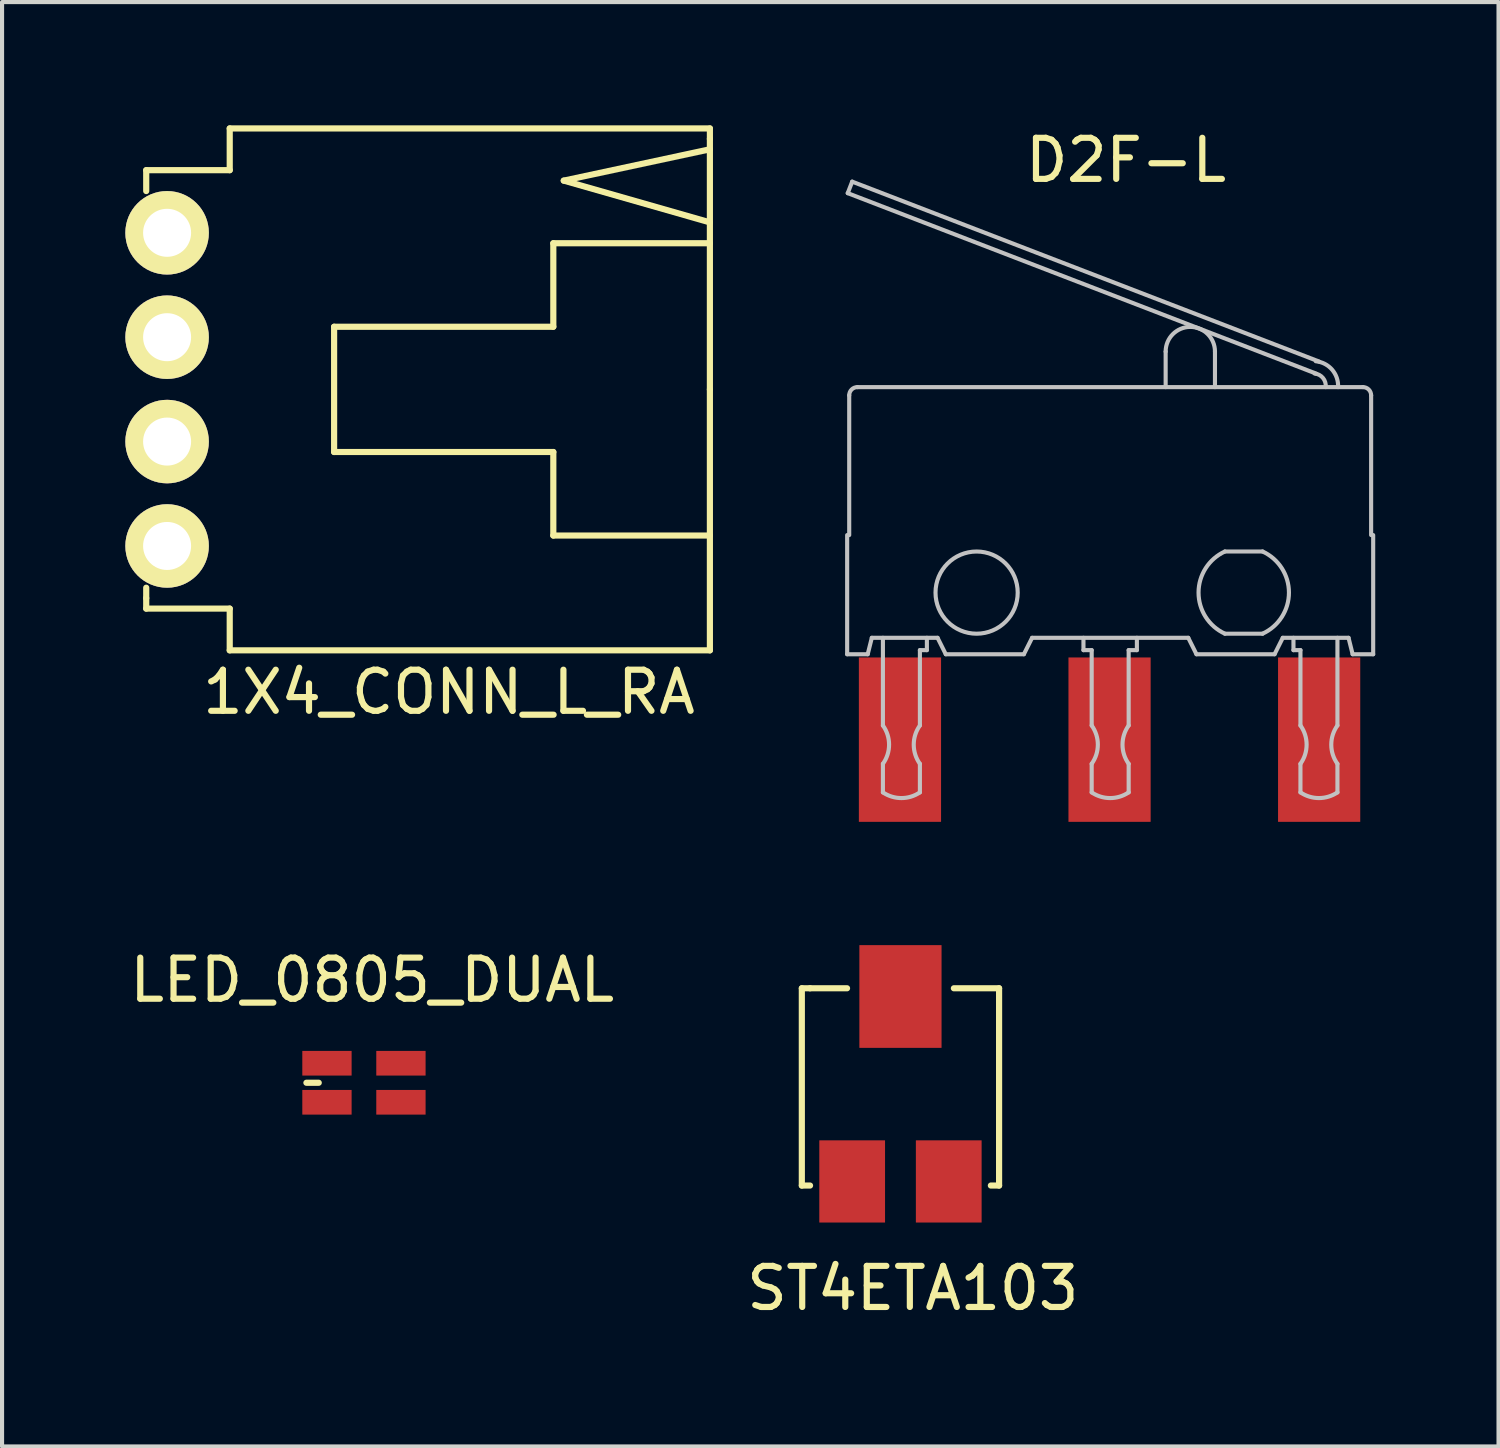
<source format=kicad_pcb>
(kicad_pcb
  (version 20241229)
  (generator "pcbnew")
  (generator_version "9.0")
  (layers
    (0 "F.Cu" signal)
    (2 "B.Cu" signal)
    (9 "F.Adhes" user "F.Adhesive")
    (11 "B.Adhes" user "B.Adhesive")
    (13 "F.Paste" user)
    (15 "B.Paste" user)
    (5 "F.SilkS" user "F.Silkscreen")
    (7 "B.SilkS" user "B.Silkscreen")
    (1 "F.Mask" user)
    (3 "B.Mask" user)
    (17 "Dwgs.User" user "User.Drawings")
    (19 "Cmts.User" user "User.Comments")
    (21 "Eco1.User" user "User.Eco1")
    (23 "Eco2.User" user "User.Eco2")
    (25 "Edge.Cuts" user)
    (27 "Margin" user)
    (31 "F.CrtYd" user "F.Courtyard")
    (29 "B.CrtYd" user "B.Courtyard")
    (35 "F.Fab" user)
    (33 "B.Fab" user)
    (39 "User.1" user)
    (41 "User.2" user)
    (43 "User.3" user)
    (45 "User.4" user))
  (footprint "D2F-L"
    (layer "F.Cu")
    (at 17.549 6.348)
    (property "Reference" "D2F-L" (at 6.8 -5.5 0) (layer "F.SilkS") (effects (font (size 1 1) (thickness 0.15))))
    (attr through_hole)
    (fp_line (start 0.015 3.622) (end 0.015 6.522) (stroke (width 0.1) (type solid)) (layer "Dwgs.User"))
    (fp_line (start 0.065 0.222) (end 0.065 3.622) (stroke (width 0.1) (type solid)) (layer "Dwgs.User"))
    (fp_line (start 0.137 -4.978) (end 0.029 -4.698) (stroke (width 0.1) (type solid)) (layer "Dwgs.User"))
    (fp_line (start 0.515 6.522) (end 0.015 6.522) (stroke (width 0.1) (type solid)) (layer "Dwgs.User"))
    (fp_line (start 0.615 6.122) (end 0.515 6.522) (stroke (width 0.1) (type solid)) (layer "Dwgs.User"))
    (fp_line (start 0.885 6.122) (end 0.885 8.255) (stroke (width 0.1) (type solid)) (layer "Dwgs.User"))
    (fp_line (start 0.885 9.188) (end 0.885 9.883) (stroke (width 0.1) (type solid)) (layer "Dwgs.User"))
    (fp_line (start 1.785 6.422) (end 1.785 8.255) (stroke (width 0.1) (type solid)) (layer "Dwgs.User"))
    (fp_line (start 1.785 9.188) (end 1.785 9.883) (stroke (width 0.1) (type solid)) (layer "Dwgs.User"))
    (fp_line (start 1.955 6.122) (end 1.955 6.422) (stroke (width 0.1) (type solid)) (layer "Dwgs.User"))
    (fp_line (start 1.955 6.422) (end 1.785 6.422) (stroke (width 0.1) (type solid)) (layer "Dwgs.User"))
    (fp_line (start 2.215 6.122) (end 0.615 6.122) (stroke (width 0.1) (type solid)) (layer "Dwgs.User"))
    (fp_line (start 2.215 6.122) (end 2.415 6.522) (stroke (width 0.1) (type solid)) (layer "Dwgs.User"))
    (fp_line (start 4.315 6.522) (end 2.415 6.522) (stroke (width 0.1) (type solid)) (layer "Dwgs.User"))
    (fp_line (start 4.315 6.522) (end 4.515 6.122) (stroke (width 0.1) (type solid)) (layer "Dwgs.User"))
    (fp_line (start 5.765 6.122) (end 5.765 6.422) (stroke (width 0.1) (type solid)) (layer "Dwgs.User"))
    (fp_line (start 5.965 6.422) (end 5.765 6.422) (stroke (width 0.1) (type solid)) (layer "Dwgs.User"))
    (fp_line (start 5.965 6.422) (end 5.965 8.255) (stroke (width 0.1) (type solid)) (layer "Dwgs.User"))
    (fp_line (start 5.965 9.188) (end 5.965 9.883) (stroke (width 0.1) (type solid)) (layer "Dwgs.User"))
    (fp_line (start 6.865 6.422) (end 6.865 8.255) (stroke (width 0.1) (type solid)) (layer "Dwgs.User"))
    (fp_line (start 6.865 9.188) (end 6.865 9.883) (stroke (width 0.1) (type solid)) (layer "Dwgs.User"))
    (fp_line (start 7.065 6.122) (end 7.065 6.422) (stroke (width 0.1) (type solid)) (layer "Dwgs.User"))
    (fp_line (start 7.065 6.422) (end 6.865 6.422) (stroke (width 0.1) (type solid)) (layer "Dwgs.User"))
    (fp_line (start 7.765 -0.843) (end 7.765 0.022) (stroke (width 0.1) (type solid)) (layer "Dwgs.User"))
    (fp_line (start 8.315 6.122) (end 4.515 6.122) (stroke (width 0.1) (type solid)) (layer "Dwgs.User"))
    (fp_line (start 8.515 6.522) (end 8.315 6.122) (stroke (width 0.1) (type solid)) (layer "Dwgs.User"))
    (fp_line (start 8.965 -0.843) (end 8.965 0.022) (stroke (width 0.1) (type solid)) (layer "Dwgs.User"))
    (fp_line (start 10.123 4.022) (end 9.207 4.022) (stroke (width 0.1) (type solid)) (layer "Dwgs.User"))
    (fp_line (start 10.123 6.022) (end 9.207 6.022) (stroke (width 0.1) (type solid)) (layer "Dwgs.User"))
    (fp_line (start 10.415 6.522) (end 10.615 6.122) (stroke (width 0.1) (type solid)) (layer "Dwgs.User"))
    (fp_line (start 10.415 6.522) (end 8.515 6.522) (stroke (width 0.1) (type solid)) (layer "Dwgs.User"))
    (fp_line (start 10.875 6.122) (end 10.875 6.422) (stroke (width 0.1) (type solid)) (layer "Dwgs.User"))
    (fp_line (start 11.045 6.422) (end 10.875 6.422) (stroke (width 0.1) (type solid)) (layer "Dwgs.User"))
    (fp_line (start 11.045 6.422) (end 11.045 8.255) (stroke (width 0.1) (type solid)) (layer "Dwgs.User"))
    (fp_line (start 11.045 9.188) (end 11.045 9.883) (stroke (width 0.1) (type solid)) (layer "Dwgs.User"))
    (fp_line (start 11.431 -0.305) (end 0.029 -4.698) (stroke (width 0.1) (type solid)) (layer "Dwgs.User"))
    (fp_line (start 11.5 -0.6) (end 0.137 -4.978) (stroke (width 0.1) (type solid)) (layer "Dwgs.User"))
    (fp_line (start 11.945 6.122) (end 11.945 8.255) (stroke (width 0.1) (type solid)) (layer "Dwgs.User"))
    (fp_line (start 11.945 9.188) (end 11.945 9.883) (stroke (width 0.1) (type solid)) (layer "Dwgs.User"))
    (fp_line (start 12.215 6.122) (end 12.315 6.522) (stroke (width 0.1) (type solid)) (layer "Dwgs.User"))
    (fp_line (start 12.215 6.122) (end 10.615 6.122) (stroke (width 0.1) (type solid)) (layer "Dwgs.User"))
    (fp_line (start 12.565 0.022) (end 0.265 0.022) (stroke (width 0.1) (type solid)) (layer "Dwgs.User"))
    (fp_line (start 12.765 0.222) (end 12.765 3.622) (stroke (width 0.1) (type solid)) (layer "Dwgs.User"))
    (fp_line (start 12.815 3.622) (end 12.815 6.522) (stroke (width 0.1) (type solid)) (layer "Dwgs.User"))
    (fp_line (start 12.815 6.522) (end 12.315 6.522) (stroke (width 0.1) (type solid)) (layer "Dwgs.User"))
    (fp_arc (start 0.065125 0.22165) (mid 0.123704 0.080229) (end 0.265125 0.02165) (stroke (width 0.1) (type solid)) (layer "Dwgs.User"))
    (fp_arc (start 0.885124 8.255278) (mid 1.035123 8.721646) (end 0.885124 9.188015) (stroke (width 0.1) (type solid)) (layer "Dwgs.User"))
    (fp_arc (start 1.785125 9.188015) (mid 1.635125 8.721646) (end 1.785125 8.255277) (stroke (width 0.1) (type solid)) (layer "Dwgs.User"))
    (fp_arc (start 1.785125 9.883085) (mid 1.335125 10.021648) (end 0.885124 9.883086) (stroke (width 0.1) (type solid)) (layer "Dwgs.User"))
    (fp_arc (start 5.965123 8.255278) (mid 6.115122 8.721646) (end 5.965123 9.188015) (stroke (width 0.1) (type solid)) (layer "Dwgs.User"))
    (fp_arc (start 6.865124 9.188015) (mid 6.715124 8.721646) (end 6.865124 8.255277) (stroke (width 0.1) (type solid)) (layer "Dwgs.User"))
    (fp_arc (start 6.865124 9.883086) (mid 6.415123 10.021648) (end 5.965123 9.883085) (stroke (width 0.1) (type solid)) (layer "Dwgs.User"))
    (fp_arc (start 7.765124 -0.843429) (mid 8.365123 -1.44343) (end 8.965124 -0.843431) (stroke (width 0.1) (type solid)) (layer "Dwgs.User"))
    (fp_arc (start 9.206868 6.021648) (mid 8.565126 5.021649) (end 9.206867 4.02165) (stroke (width 0.1) (type solid)) (layer "Dwgs.User"))
    (fp_arc (start 10.123379 4.02165) (mid 10.765122 5.021649) (end 10.12338 6.021648) (stroke (width 0.1) (type solid)) (layer "Dwgs.User"))
    (fp_arc (start 11.045123 8.255278) (mid 11.195122 8.721646) (end 11.045123 9.188015) (stroke (width 0.1) (type solid)) (layer "Dwgs.User"))
    (fp_arc (start 11.389589 -0.309144) (mid 11.593648 -0.200139) (end 11.65947 0.021649) (stroke (width 0.1) (type solid)) (layer "Dwgs.User"))
    (fp_arc (start 11.417982 -0.607798) (mid 11.815741 -0.402142) (end 11.960336 0.021649) (stroke (width 0.1) (type solid)) (layer "Dwgs.User"))
    (fp_arc (start 11.945124 9.188015) (mid 11.795124 8.721646) (end 11.945124 8.255277) (stroke (width 0.1) (type solid)) (layer "Dwgs.User"))
    (fp_arc (start 11.945124 9.883086) (mid 11.495123 10.021648) (end 11.045123 9.883085) (stroke (width 0.1) (type solid)) (layer "Dwgs.User"))
    (fp_arc (start 12.565122 0.02165) (mid 12.706543 0.080229) (end 12.765122 0.22165) (stroke (width 0.1) (type solid)) (layer "Dwgs.User"))
    (fp_circle (center 3.165 5.022) (end 4.165 5.022) (stroke (width 0.1) (type solid)) (fill no) (layer "Dwgs.User"))
    (pad "1" connect rect (at 1.3 8.6) (size 2 4) (layers "F.Cu" "F.Mask"))
    (pad "2" connect rect (at 6.4 8.6) (size 2 4) (layers "F.Cu" "F.Mask"))
    (pad "3" connect rect (at 11.5 8.6) (size 2 4) (layers "F.Cu" "F.Mask")))
  (footprint "LED_0805_DUAL"
    (layer "F.Cu")
    (at 5.806 23.297)
    (property "Reference" "LED_0805_DUAL" (at 0.2 -2.5 0) (layer "F.SilkS") (effects (font (size 1 1) (thickness 0.15))))
    (attr through_hole)
    (fp_line (start -1.4 0) (end -1.1 0) (stroke (width 0.15) (type solid)) (layer "F.SilkS"))
    (pad "1" smd rect (at 0.9 -0.475) (size 1.2 0.6) (layers "F.Cu" "F.Mask" "F.Paste"))
    (pad "2" smd rect (at -0.9 -0.475) (size 1.2 0.6) (layers "F.Cu" "F.Mask" "F.Paste"))
    (pad "3" smd rect (at -0.9 0.475) (size 1.2 0.6) (layers "F.Cu" "F.Mask" "F.Paste"))
    (pad "4" smd rect (at 0.9 0.475) (size 1.2 0.6) (layers "F.Cu" "F.Mask" "F.Paste")))
  (footprint "1X4_CONN_L_RA"
    (layer "F.Cu")
    (at 1.016 6.425)
    (property "Reference" "1X4_CONN_L_RA" (at 6.858 7.366 0) (layer "F.SilkS") (effects (font (size 1 1) (thickness 0.15))))
    (attr through_hole)
    (fp_line (start -0.508 -5.334) (end -0.508 -4.826) (stroke (width 0.15) (type solid)) (layer "F.SilkS"))
    (fp_line (start -0.508 -5.334) (end 1.524 -5.334) (stroke (width 0.15) (type solid)) (layer "F.SilkS"))
    (fp_line (start -0.508 5.08) (end -0.508 4.826) (stroke (width 0.15) (type solid)) (layer "F.SilkS"))
    (fp_line (start -0.508 5.08) (end -0.508 5.334) (stroke (width 0.15) (type solid)) (layer "F.SilkS"))
    (fp_line (start -0.508 5.334) (end 1.524 5.334) (stroke (width 0.15) (type solid)) (layer "F.SilkS"))
    (fp_line (start 1.524 -6.35) (end 13.208 -6.35) (stroke (width 0.15) (type solid)) (layer "F.SilkS"))
    (fp_line (start 1.524 -5.334) (end 1.524 -6.35) (stroke (width 0.15) (type solid)) (layer "F.SilkS"))
    (fp_line (start 1.524 5.334) (end 1.524 6.35) (stroke (width 0.15) (type solid)) (layer "F.SilkS"))
    (fp_line (start 1.524 6.35) (end 13.208 6.35) (stroke (width 0.15) (type solid)) (layer "F.SilkS"))
    (fp_line (start 4.064 -1.524) (end 4.064 1.524) (stroke (width 0.15) (type solid)) (layer "F.SilkS"))
    (fp_line (start 9.398 -3.556) (end 9.398 -1.524) (stroke (width 0.15) (type solid)) (layer "F.SilkS"))
    (fp_line (start 9.398 -3.556) (end 13.208 -3.556) (stroke (width 0.15) (type solid)) (layer "F.SilkS"))
    (fp_line (start 9.398 -1.524) (end 4.064 -1.524) (stroke (width 0.15) (type solid)) (layer "F.SilkS"))
    (fp_line (start 9.398 1.524) (end 4.064 1.524) (stroke (width 0.15) (type solid)) (layer "F.SilkS"))
    (fp_line (start 9.398 1.524) (end 9.398 3.556) (stroke (width 0.15) (type solid)) (layer "F.SilkS"))
    (fp_line (start 9.398 3.556) (end 13.208 3.556) (stroke (width 0.15) (type solid)) (layer "F.SilkS"))
    (fp_line (start 9.652 -5.08) (end 13.208 -5.842) (stroke (width 0.15) (type solid)) (layer "F.SilkS"))
    (fp_line (start 9.652 -5.08) (end 13.208 -4.064) (stroke (width 0.15) (type solid)) (layer "F.SilkS"))
    (fp_line (start 13.208 -6.096) (end 13.208 -6.35) (stroke (width 0.15) (type solid)) (layer "F.SilkS"))
    (fp_line (start 13.208 0) (end 13.208 -6.096) (stroke (width 0.15) (type solid)) (layer "F.SilkS"))
    (fp_line (start 13.208 0) (end 13.208 6.35) (stroke (width 0.15) (type solid)) (layer "F.SilkS"))
    (pad "1" thru_hole circle (at 0 -3.81) (size 2.032 2.032) (drill 1.168) (layers "*.Cu" "*.Mask" "F.SilkS"))
    (pad "2" thru_hole circle (at 0 -1.27) (size 2.032 2.032) (drill 1.168) (layers "*.Cu" "*.Mask" "F.SilkS"))
    (pad "3" thru_hole circle (at 0 1.27) (size 2.032 2.032) (drill 1.168) (layers "*.Cu" "*.Mask" "F.SilkS"))
    (pad "4" thru_hole circle (at 0 3.81) (size 2.032 2.032) (drill 1.168) (layers "*.Cu" "*.Mask" "F.SilkS")))
  (footprint "ST4ETA103"
    (layer "F.Cu")
    (at 18.861 23.198)
    (property "Reference" "ST4ETA103" (at 0.3 5.1 0) (layer "F.SilkS") (effects (font (size 1 1) (thickness 0.15))))
    (attr through_hole)
    (fp_line (start -2.4 -2.2) (end -2.4 2.6) (stroke (width 0.15) (type solid)) (layer "F.SilkS"))
    (fp_line (start -2.4 2.6) (end -2.2 2.6) (stroke (width 0.15) (type solid)) (layer "F.SilkS"))
    (fp_line (start -2.2 -2.2) (end -2.4 -2.2) (stroke (width 0.15) (type solid)) (layer "F.SilkS"))
    (fp_line (start -1.3 -2.2) (end -2.2 -2.2) (stroke (width 0.15) (type solid)) (layer "F.SilkS"))
    (fp_line (start 1.3 -2.2) (end 2.4 -2.2) (stroke (width 0.15) (type solid)) (layer "F.SilkS"))
    (fp_line (start 2.4 -2.2) (end 2.4 2.6) (stroke (width 0.15) (type solid)) (layer "F.SilkS"))
    (fp_line (start 2.4 2.6) (end 2.2 2.6) (stroke (width 0.15) (type solid)) (layer "F.SilkS"))
    (pad "1" smd rect (at 0 -2) (size 2 2.5) (layers "F.Cu" "F.Mask" "F.Paste"))
    (pad "2" smd rect (at -1.175 2.5) (size 1.6 2) (layers "F.Cu" "F.Mask" "F.Paste"))
    (pad "3" smd rect (at 1.175 2.5) (size 1.6 2) (layers "F.Cu" "F.Mask" "F.Paste")))
  (gr_rect
    (start -3 -3)
    (end 33.414 32.147)
    (stroke (width 0.1) (type default))
    (fill no)
    (layer "Edge.Cuts")))
</source>
